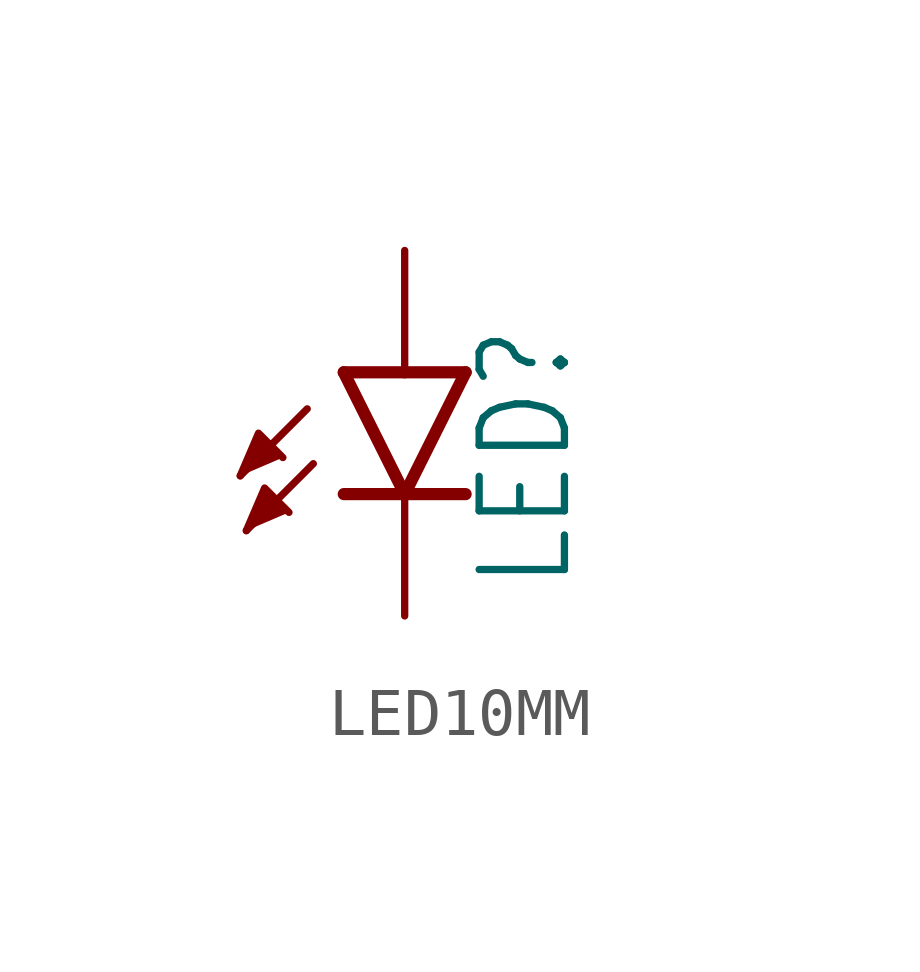
<source format=kicad_sym>
(kicad_symbol_lib
  (version 20231120)
  (generator "kicad_symbol_editor")
  (generator_version "8.0")
  (symbol "LED10MM"
    (property "Reference" "LED"
      (at 3.556 -4.572 90)
      (effects (font (size 1.778 1.511)) (justify left bottom)))
    (property "Value" ""
      (at 5.715 -4.572 90)
      (effects (font (size 1.778 1.511)) (justify left bottom)))
    (property "ki_locked" ""
      (at 0 0 0)
      (effects (font (size 1.27 1.27))))
    (symbol "LED10MM_1_0"
      (polyline (pts (xy -2.032 -0.762) (xy -3.429 -2.159)) (stroke (width 0.152) (type solid)) (fill (type none)))
      (polyline (pts (xy -1.905 -1.905) (xy -3.302 -3.302)) (stroke (width 0.152) (type solid)) (fill (type none)))
      (polyline (pts (xy 0 -2.54) (xy -1.27 -2.54)) (stroke (width 0.254) (type solid)) (fill (type none)))
      (polyline (pts (xy 0 -2.54) (xy -1.27 0)) (stroke (width 0.254) (type solid)) (fill (type none)))
      (polyline (pts (xy 0 0) (xy -1.27 0)) (stroke (width 0.254) (type solid)) (fill (type none)))
      (polyline (pts (xy 1.27 -2.54) (xy 0 -2.54)) (stroke (width 0.254) (type solid)) (fill (type none)))
      (polyline (pts (xy 1.27 0) (xy 0 -2.54)) (stroke (width 0.254) (type solid)) (fill (type none)))
      (polyline (pts (xy 1.27 0) (xy 0 0)) (stroke (width 0.254) (type solid)) (fill (type none)))
      (polyline (pts (xy -3.429 -2.159) (xy -3.048 -1.27) (xy -2.54 -1.778)) (stroke (width 0.152) (type solid)) (fill (type outline)))
      (polyline (pts (xy -3.302 -3.302) (xy -2.921 -2.413) (xy -2.413 -2.921)) (stroke (width 0.152) (type solid)) (fill (type outline)))
      (pin passive line (at 0 2.54 270) (length 2.54) (name "A" (effects (font (size 0 0)))) (number "A" (effects (font (size 0 0)))))
      (pin passive line (at 0 -5.08 90) (length 2.54) (name "C" (effects (font (size 0 0)))) (number "K" (effects (font (size 0 0))))))))
</source>
